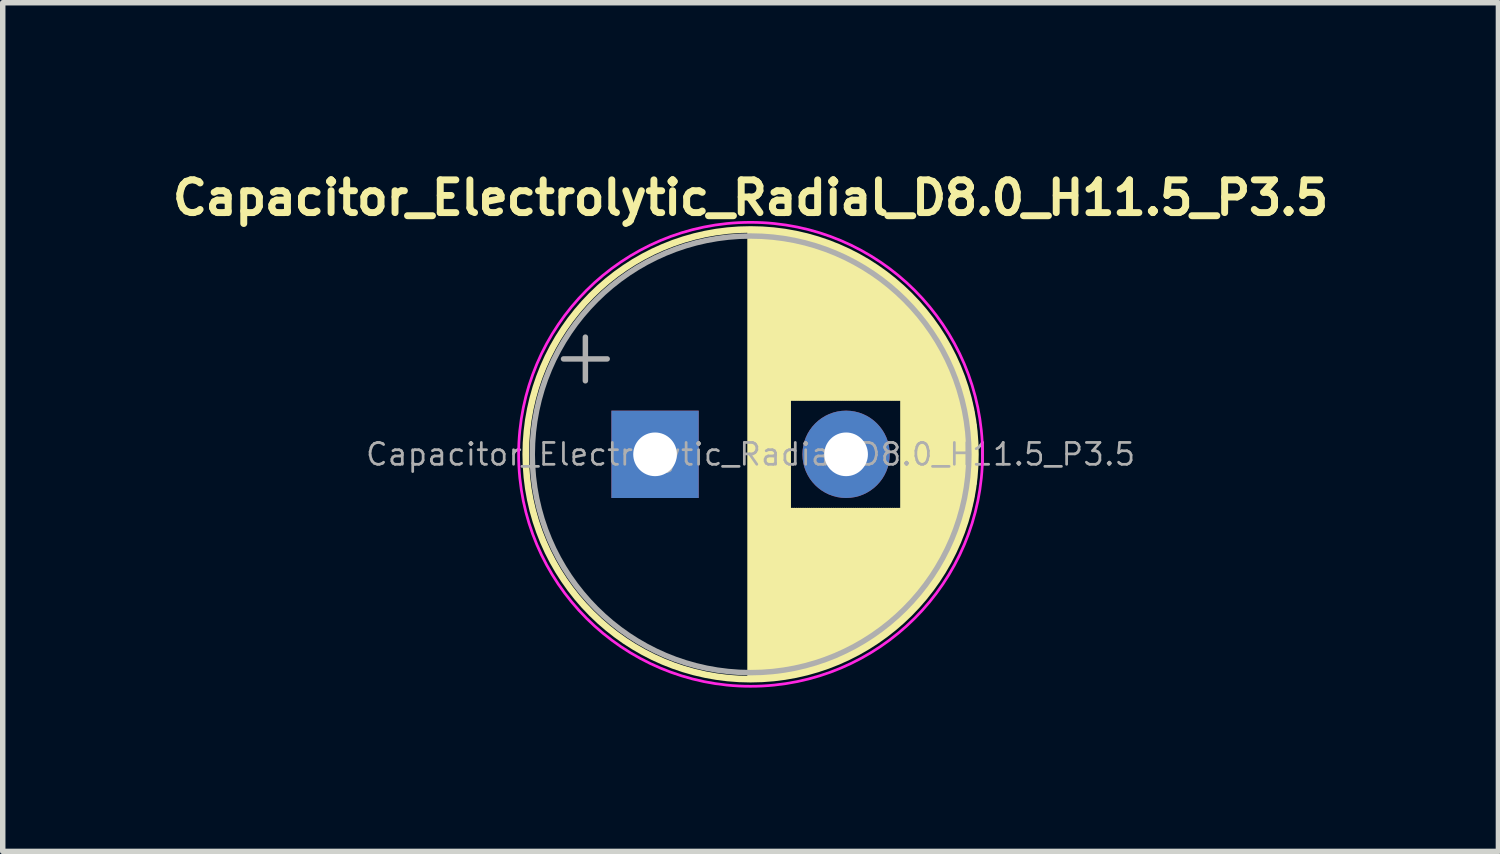
<source format=kicad_pcb>
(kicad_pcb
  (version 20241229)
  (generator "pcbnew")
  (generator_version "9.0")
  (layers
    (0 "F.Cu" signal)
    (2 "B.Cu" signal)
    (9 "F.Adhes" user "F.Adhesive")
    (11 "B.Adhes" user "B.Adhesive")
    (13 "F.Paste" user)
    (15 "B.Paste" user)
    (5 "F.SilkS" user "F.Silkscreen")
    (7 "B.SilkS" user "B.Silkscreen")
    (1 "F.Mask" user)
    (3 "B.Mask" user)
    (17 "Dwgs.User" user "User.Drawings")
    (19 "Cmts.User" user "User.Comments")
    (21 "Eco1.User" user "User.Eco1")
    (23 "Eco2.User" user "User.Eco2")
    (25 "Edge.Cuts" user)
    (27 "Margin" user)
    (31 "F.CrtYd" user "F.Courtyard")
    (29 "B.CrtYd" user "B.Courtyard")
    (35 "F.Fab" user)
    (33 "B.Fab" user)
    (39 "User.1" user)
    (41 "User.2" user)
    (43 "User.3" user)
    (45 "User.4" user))
  (footprint "Capacitor_Electrolytic_Radial_D8.0_H11.5_P3.5"
    (layer "F.Cu")
    (at 10.702 5.274)
    (property "Reference" "Capacitor_Electrolytic_Radial_D8.0_H11.5_P3.5" (at 0 -4.7 0) (layer "F.SilkS") (effects (font (size 0.6 0.6) (thickness 0.127))))
    (attr through_hole)
    (fp_line (start 0 -4.08) (end 0 4.08) (stroke (width 0.12) (type solid)) (layer "F.SilkS"))
    (fp_line (start 0.04 -4.08) (end 0.04 4.08) (stroke (width 0.12) (type solid)) (layer "F.SilkS"))
    (fp_line (start 0.08 -4.08) (end 0.08 4.08) (stroke (width 0.12) (type solid)) (layer "F.SilkS"))
    (fp_line (start 0.12 -4.079) (end 0.12 4.079) (stroke (width 0.12) (type solid)) (layer "F.SilkS"))
    (fp_line (start 0.16 -4.077) (end 0.16 4.077) (stroke (width 0.12) (type solid)) (layer "F.SilkS"))
    (fp_line (start 0.2 -4.076) (end 0.2 4.076) (stroke (width 0.12) (type solid)) (layer "F.SilkS"))
    (fp_line (start 0.24 -4.074) (end 0.24 4.074) (stroke (width 0.12) (type solid)) (layer "F.SilkS"))
    (fp_line (start 0.28 -4.071) (end 0.28 4.071) (stroke (width 0.12) (type solid)) (layer "F.SilkS"))
    (fp_line (start 0.32 -4.068) (end 0.32 4.068) (stroke (width 0.12) (type solid)) (layer "F.SilkS"))
    (fp_line (start 0.36 -4.065) (end 0.36 4.065) (stroke (width 0.12) (type solid)) (layer "F.SilkS"))
    (fp_line (start 0.4 -4.061) (end 0.4 4.061) (stroke (width 0.12) (type solid)) (layer "F.SilkS"))
    (fp_line (start 0.44 -4.057) (end 0.44 4.057) (stroke (width 0.12) (type solid)) (layer "F.SilkS"))
    (fp_line (start 0.48 -4.052) (end 0.48 4.052) (stroke (width 0.12) (type solid)) (layer "F.SilkS"))
    (fp_line (start 0.52 -4.048) (end 0.52 4.048) (stroke (width 0.12) (type solid)) (layer "F.SilkS"))
    (fp_line (start 0.56 -4.042) (end 0.56 4.042) (stroke (width 0.12) (type solid)) (layer "F.SilkS"))
    (fp_line (start 0.6 -4.037) (end 0.6 4.037) (stroke (width 0.12) (type solid)) (layer "F.SilkS"))
    (fp_line (start 0.64 -4.03) (end 0.64 4.03) (stroke (width 0.12) (type solid)) (layer "F.SilkS"))
    (fp_line (start 0.68 -4.024) (end 0.68 4.024) (stroke (width 0.12) (type solid)) (layer "F.SilkS"))
    (fp_line (start 0.721 -4.017) (end 0.721 -1.04) (stroke (width 0.12) (type solid)) (layer "F.SilkS"))
    (fp_line (start 0.721 1.04) (end 0.721 4.017) (stroke (width 0.12) (type solid)) (layer "F.SilkS"))
    (fp_line (start 0.761 -4.01) (end 0.761 -1.04) (stroke (width 0.12) (type solid)) (layer "F.SilkS"))
    (fp_line (start 0.761 1.04) (end 0.761 4.01) (stroke (width 0.12) (type solid)) (layer "F.SilkS"))
    (fp_line (start 0.801 -4.002) (end 0.801 -1.04) (stroke (width 0.12) (type solid)) (layer "F.SilkS"))
    (fp_line (start 0.801 1.04) (end 0.801 4.002) (stroke (width 0.12) (type solid)) (layer "F.SilkS"))
    (fp_line (start 0.841 -3.994) (end 0.841 -1.04) (stroke (width 0.12) (type solid)) (layer "F.SilkS"))
    (fp_line (start 0.841 1.04) (end 0.841 3.994) (stroke (width 0.12) (type solid)) (layer "F.SilkS"))
    (fp_line (start 0.881 -3.985) (end 0.881 -1.04) (stroke (width 0.12) (type solid)) (layer "F.SilkS"))
    (fp_line (start 0.881 1.04) (end 0.881 3.985) (stroke (width 0.12) (type solid)) (layer "F.SilkS"))
    (fp_line (start 0.921 -3.976) (end 0.921 -1.04) (stroke (width 0.12) (type solid)) (layer "F.SilkS"))
    (fp_line (start 0.921 1.04) (end 0.921 3.976) (stroke (width 0.12) (type solid)) (layer "F.SilkS"))
    (fp_line (start 0.961 -3.967) (end 0.961 -1.04) (stroke (width 0.12) (type solid)) (layer "F.SilkS"))
    (fp_line (start 0.961 1.04) (end 0.961 3.967) (stroke (width 0.12) (type solid)) (layer "F.SilkS"))
    (fp_line (start 1.001 -3.957) (end 1.001 -1.04) (stroke (width 0.12) (type solid)) (layer "F.SilkS"))
    (fp_line (start 1.001 1.04) (end 1.001 3.957) (stroke (width 0.12) (type solid)) (layer "F.SilkS"))
    (fp_line (start 1.041 -3.947) (end 1.041 -1.04) (stroke (width 0.12) (type solid)) (layer "F.SilkS"))
    (fp_line (start 1.041 1.04) (end 1.041 3.947) (stroke (width 0.12) (type solid)) (layer "F.SilkS"))
    (fp_line (start 1.081 -3.936) (end 1.081 -1.04) (stroke (width 0.12) (type solid)) (layer "F.SilkS"))
    (fp_line (start 1.081 1.04) (end 1.081 3.936) (stroke (width 0.12) (type solid)) (layer "F.SilkS"))
    (fp_line (start 1.121 -3.925) (end 1.121 -1.04) (stroke (width 0.12) (type solid)) (layer "F.SilkS"))
    (fp_line (start 1.121 1.04) (end 1.121 3.925) (stroke (width 0.12) (type solid)) (layer "F.SilkS"))
    (fp_line (start 1.161 -3.914) (end 1.161 -1.04) (stroke (width 0.12) (type solid)) (layer "F.SilkS"))
    (fp_line (start 1.161 1.04) (end 1.161 3.914) (stroke (width 0.12) (type solid)) (layer "F.SilkS"))
    (fp_line (start 1.201 -3.902) (end 1.201 -1.04) (stroke (width 0.12) (type solid)) (layer "F.SilkS"))
    (fp_line (start 1.201 1.04) (end 1.201 3.902) (stroke (width 0.12) (type solid)) (layer "F.SilkS"))
    (fp_line (start 1.241 -3.889) (end 1.241 -1.04) (stroke (width 0.12) (type solid)) (layer "F.SilkS"))
    (fp_line (start 1.241 1.04) (end 1.241 3.889) (stroke (width 0.12) (type solid)) (layer "F.SilkS"))
    (fp_line (start 1.281 -3.877) (end 1.281 -1.04) (stroke (width 0.12) (type solid)) (layer "F.SilkS"))
    (fp_line (start 1.281 1.04) (end 1.281 3.877) (stroke (width 0.12) (type solid)) (layer "F.SilkS"))
    (fp_line (start 1.321 -3.863) (end 1.321 -1.04) (stroke (width 0.12) (type solid)) (layer "F.SilkS"))
    (fp_line (start 1.321 1.04) (end 1.321 3.863) (stroke (width 0.12) (type solid)) (layer "F.SilkS"))
    (fp_line (start 1.361 -3.85) (end 1.361 -1.04) (stroke (width 0.12) (type solid)) (layer "F.SilkS"))
    (fp_line (start 1.361 1.04) (end 1.361 3.85) (stroke (width 0.12) (type solid)) (layer "F.SilkS"))
    (fp_line (start 1.401 -3.835) (end 1.401 -1.04) (stroke (width 0.12) (type solid)) (layer "F.SilkS"))
    (fp_line (start 1.401 1.04) (end 1.401 3.835) (stroke (width 0.12) (type solid)) (layer "F.SilkS"))
    (fp_line (start 1.441 -3.821) (end 1.441 -1.04) (stroke (width 0.12) (type solid)) (layer "F.SilkS"))
    (fp_line (start 1.441 1.04) (end 1.441 3.821) (stroke (width 0.12) (type solid)) (layer "F.SilkS"))
    (fp_line (start 1.481 -3.805) (end 1.481 -1.04) (stroke (width 0.12) (type solid)) (layer "F.SilkS"))
    (fp_line (start 1.481 1.04) (end 1.481 3.805) (stroke (width 0.12) (type solid)) (layer "F.SilkS"))
    (fp_line (start 1.521 -3.79) (end 1.521 -1.04) (stroke (width 0.12) (type solid)) (layer "F.SilkS"))
    (fp_line (start 1.521 1.04) (end 1.521 3.79) (stroke (width 0.12) (type solid)) (layer "F.SilkS"))
    (fp_line (start 1.561 -3.774) (end 1.561 -1.04) (stroke (width 0.12) (type solid)) (layer "F.SilkS"))
    (fp_line (start 1.561 1.04) (end 1.561 3.774) (stroke (width 0.12) (type solid)) (layer "F.SilkS"))
    (fp_line (start 1.601 -3.757) (end 1.601 -1.04) (stroke (width 0.12) (type solid)) (layer "F.SilkS"))
    (fp_line (start 1.601 1.04) (end 1.601 3.757) (stroke (width 0.12) (type solid)) (layer "F.SilkS"))
    (fp_line (start 1.641 -3.74) (end 1.641 -1.04) (stroke (width 0.12) (type solid)) (layer "F.SilkS"))
    (fp_line (start 1.641 1.04) (end 1.641 3.74) (stroke (width 0.12) (type solid)) (layer "F.SilkS"))
    (fp_line (start 1.681 -3.722) (end 1.681 -1.04) (stroke (width 0.12) (type solid)) (layer "F.SilkS"))
    (fp_line (start 1.681 1.04) (end 1.681 3.722) (stroke (width 0.12) (type solid)) (layer "F.SilkS"))
    (fp_line (start 1.721 -3.704) (end 1.721 -1.04) (stroke (width 0.12) (type solid)) (layer "F.SilkS"))
    (fp_line (start 1.721 1.04) (end 1.721 3.704) (stroke (width 0.12) (type solid)) (layer "F.SilkS"))
    (fp_line (start 1.761 -3.686) (end 1.761 -1.04) (stroke (width 0.12) (type solid)) (layer "F.SilkS"))
    (fp_line (start 1.761 1.04) (end 1.761 3.686) (stroke (width 0.12) (type solid)) (layer "F.SilkS"))
    (fp_line (start 1.801 -3.666) (end 1.801 -1.04) (stroke (width 0.12) (type solid)) (layer "F.SilkS"))
    (fp_line (start 1.801 1.04) (end 1.801 3.666) (stroke (width 0.12) (type solid)) (layer "F.SilkS"))
    (fp_line (start 1.841 -3.647) (end 1.841 -1.04) (stroke (width 0.12) (type solid)) (layer "F.SilkS"))
    (fp_line (start 1.841 1.04) (end 1.841 3.647) (stroke (width 0.12) (type solid)) (layer "F.SilkS"))
    (fp_line (start 1.881 -3.627) (end 1.881 -1.04) (stroke (width 0.12) (type solid)) (layer "F.SilkS"))
    (fp_line (start 1.881 1.04) (end 1.881 3.627) (stroke (width 0.12) (type solid)) (layer "F.SilkS"))
    (fp_line (start 1.921 -3.606) (end 1.921 -1.04) (stroke (width 0.12) (type solid)) (layer "F.SilkS"))
    (fp_line (start 1.921 1.04) (end 1.921 3.606) (stroke (width 0.12) (type solid)) (layer "F.SilkS"))
    (fp_line (start 1.961 -3.584) (end 1.961 -1.04) (stroke (width 0.12) (type solid)) (layer "F.SilkS"))
    (fp_line (start 1.961 1.04) (end 1.961 3.584) (stroke (width 0.12) (type solid)) (layer "F.SilkS"))
    (fp_line (start 2.001 -3.562) (end 2.001 -1.04) (stroke (width 0.12) (type solid)) (layer "F.SilkS"))
    (fp_line (start 2.001 1.04) (end 2.001 3.562) (stroke (width 0.12) (type solid)) (layer "F.SilkS"))
    (fp_line (start 2.041 -3.54) (end 2.041 -1.04) (stroke (width 0.12) (type solid)) (layer "F.SilkS"))
    (fp_line (start 2.041 1.04) (end 2.041 3.54) (stroke (width 0.12) (type solid)) (layer "F.SilkS"))
    (fp_line (start 2.081 -3.517) (end 2.081 -1.04) (stroke (width 0.12) (type solid)) (layer "F.SilkS"))
    (fp_line (start 2.081 1.04) (end 2.081 3.517) (stroke (width 0.12) (type solid)) (layer "F.SilkS"))
    (fp_line (start 2.121 -3.493) (end 2.121 -1.04) (stroke (width 0.12) (type solid)) (layer "F.SilkS"))
    (fp_line (start 2.121 1.04) (end 2.121 3.493) (stroke (width 0.12) (type solid)) (layer "F.SilkS"))
    (fp_line (start 2.161 -3.469) (end 2.161 -1.04) (stroke (width 0.12) (type solid)) (layer "F.SilkS"))
    (fp_line (start 2.161 1.04) (end 2.161 3.469) (stroke (width 0.12) (type solid)) (layer "F.SilkS"))
    (fp_line (start 2.201 -3.444) (end 2.201 -1.04) (stroke (width 0.12) (type solid)) (layer "F.SilkS"))
    (fp_line (start 2.201 1.04) (end 2.201 3.444) (stroke (width 0.12) (type solid)) (layer "F.SilkS"))
    (fp_line (start 2.241 -3.418) (end 2.241 -1.04) (stroke (width 0.12) (type solid)) (layer "F.SilkS"))
    (fp_line (start 2.241 1.04) (end 2.241 3.418) (stroke (width 0.12) (type solid)) (layer "F.SilkS"))
    (fp_line (start 2.281 -3.392) (end 2.281 -1.04) (stroke (width 0.12) (type solid)) (layer "F.SilkS"))
    (fp_line (start 2.281 1.04) (end 2.281 3.392) (stroke (width 0.12) (type solid)) (layer "F.SilkS"))
    (fp_line (start 2.321 -3.365) (end 2.321 -1.04) (stroke (width 0.12) (type solid)) (layer "F.SilkS"))
    (fp_line (start 2.321 1.04) (end 2.321 3.365) (stroke (width 0.12) (type solid)) (layer "F.SilkS"))
    (fp_line (start 2.361 -3.338) (end 2.361 -1.04) (stroke (width 0.12) (type solid)) (layer "F.SilkS"))
    (fp_line (start 2.361 1.04) (end 2.361 3.338) (stroke (width 0.12) (type solid)) (layer "F.SilkS"))
    (fp_line (start 2.401 -3.309) (end 2.401 -1.04) (stroke (width 0.12) (type solid)) (layer "F.SilkS"))
    (fp_line (start 2.401 1.04) (end 2.401 3.309) (stroke (width 0.12) (type solid)) (layer "F.SilkS"))
    (fp_line (start 2.441 -3.28) (end 2.441 -1.04) (stroke (width 0.12) (type solid)) (layer "F.SilkS"))
    (fp_line (start 2.441 1.04) (end 2.441 3.28) (stroke (width 0.12) (type solid)) (layer "F.SilkS"))
    (fp_line (start 2.481 -3.25) (end 2.481 -1.04) (stroke (width 0.12) (type solid)) (layer "F.SilkS"))
    (fp_line (start 2.481 1.04) (end 2.481 3.25) (stroke (width 0.12) (type solid)) (layer "F.SilkS"))
    (fp_line (start 2.521 -3.22) (end 2.521 -1.04) (stroke (width 0.12) (type solid)) (layer "F.SilkS"))
    (fp_line (start 2.521 1.04) (end 2.521 3.22) (stroke (width 0.12) (type solid)) (layer "F.SilkS"))
    (fp_line (start 2.561 -3.189) (end 2.561 -1.04) (stroke (width 0.12) (type solid)) (layer "F.SilkS"))
    (fp_line (start 2.561 1.04) (end 2.561 3.189) (stroke (width 0.12) (type solid)) (layer "F.SilkS"))
    (fp_line (start 2.601 -3.156) (end 2.601 -1.04) (stroke (width 0.12) (type solid)) (layer "F.SilkS"))
    (fp_line (start 2.601 1.04) (end 2.601 3.156) (stroke (width 0.12) (type solid)) (layer "F.SilkS"))
    (fp_line (start 2.641 -3.124) (end 2.641 -1.04) (stroke (width 0.12) (type solid)) (layer "F.SilkS"))
    (fp_line (start 2.641 1.04) (end 2.641 3.124) (stroke (width 0.12) (type solid)) (layer "F.SilkS"))
    (fp_line (start 2.681 -3.09) (end 2.681 -1.04) (stroke (width 0.12) (type solid)) (layer "F.SilkS"))
    (fp_line (start 2.681 1.04) (end 2.681 3.09) (stroke (width 0.12) (type solid)) (layer "F.SilkS"))
    (fp_line (start 2.721 -3.055) (end 2.721 -1.04) (stroke (width 0.12) (type solid)) (layer "F.SilkS"))
    (fp_line (start 2.721 1.04) (end 2.721 3.055) (stroke (width 0.12) (type solid)) (layer "F.SilkS"))
    (fp_line (start 2.761 -3.019) (end 2.761 -1.04) (stroke (width 0.12) (type solid)) (layer "F.SilkS"))
    (fp_line (start 2.761 1.04) (end 2.761 3.019) (stroke (width 0.12) (type solid)) (layer "F.SilkS"))
    (fp_line (start 2.801 -2.983) (end 2.801 2.983) (stroke (width 0.12) (type solid)) (layer "F.SilkS"))
    (fp_line (start 2.841 -2.945) (end 2.841 2.945) (stroke (width 0.12) (type solid)) (layer "F.SilkS"))
    (fp_line (start 2.881 -2.907) (end 2.881 2.907) (stroke (width 0.12) (type solid)) (layer "F.SilkS"))
    (fp_line (start 2.921 -2.867) (end 2.921 2.867) (stroke (width 0.12) (type solid)) (layer "F.SilkS"))
    (fp_line (start 2.961 -2.826) (end 2.961 2.826) (stroke (width 0.12) (type solid)) (layer "F.SilkS"))
    (fp_line (start 3.001 -2.784) (end 3.001 2.784) (stroke (width 0.12) (type solid)) (layer "F.SilkS"))
    (fp_line (start 3.041 -2.741) (end 3.041 2.741) (stroke (width 0.12) (type solid)) (layer "F.SilkS"))
    (fp_line (start 3.081 -2.697) (end 3.081 2.697) (stroke (width 0.12) (type solid)) (layer "F.SilkS"))
    (fp_line (start 3.121 -2.651) (end 3.121 2.651) (stroke (width 0.12) (type solid)) (layer "F.SilkS"))
    (fp_line (start 3.161 -2.604) (end 3.161 2.604) (stroke (width 0.12) (type solid)) (layer "F.SilkS"))
    (fp_line (start 3.201 -2.556) (end 3.201 2.556) (stroke (width 0.12) (type solid)) (layer "F.SilkS"))
    (fp_line (start 3.241 -2.505) (end 3.241 2.505) (stroke (width 0.12) (type solid)) (layer "F.SilkS"))
    (fp_line (start 3.281 -2.454) (end 3.281 2.454) (stroke (width 0.12) (type solid)) (layer "F.SilkS"))
    (fp_line (start 3.321 -2.4) (end 3.321 2.4) (stroke (width 0.12) (type solid)) (layer "F.SilkS"))
    (fp_line (start 3.361 -2.345) (end 3.361 2.345) (stroke (width 0.12) (type solid)) (layer "F.SilkS"))
    (fp_line (start 3.401 -2.287) (end 3.401 2.287) (stroke (width 0.12) (type solid)) (layer "F.SilkS"))
    (fp_line (start 3.441 -2.228) (end 3.441 2.228) (stroke (width 0.12) (type solid)) (layer "F.SilkS"))
    (fp_line (start 3.481 -2.166) (end 3.481 2.166) (stroke (width 0.12) (type solid)) (layer "F.SilkS"))
    (fp_line (start 3.521 -2.102) (end 3.521 2.102) (stroke (width 0.12) (type solid)) (layer "F.SilkS"))
    (fp_line (start 3.561 -2.034) (end 3.561 2.034) (stroke (width 0.12) (type solid)) (layer "F.SilkS"))
    (fp_line (start 3.601 -1.964) (end 3.601 1.964) (stroke (width 0.12) (type solid)) (layer "F.SilkS"))
    (fp_line (start 3.641 -1.89) (end 3.641 1.89) (stroke (width 0.12) (type solid)) (layer "F.SilkS"))
    (fp_line (start 3.681 -1.813) (end 3.681 1.813) (stroke (width 0.12) (type solid)) (layer "F.SilkS"))
    (fp_line (start 3.721 -1.731) (end 3.721 1.731) (stroke (width 0.12) (type solid)) (layer "F.SilkS"))
    (fp_line (start 3.761 -1.645) (end 3.761 1.645) (stroke (width 0.12) (type solid)) (layer "F.SilkS"))
    (fp_line (start 3.801 -1.552) (end 3.801 1.552) (stroke (width 0.12) (type solid)) (layer "F.SilkS"))
    (fp_line (start 3.841 -1.453) (end 3.841 1.453) (stroke (width 0.12) (type solid)) (layer "F.SilkS"))
    (fp_line (start 3.881 -1.346) (end 3.881 1.346) (stroke (width 0.12) (type solid)) (layer "F.SilkS"))
    (fp_line (start 3.921 -1.229) (end 3.921 1.229) (stroke (width 0.12) (type solid)) (layer "F.SilkS"))
    (fp_line (start 3.961 -1.098) (end 3.961 1.098) (stroke (width 0.12) (type solid)) (layer "F.SilkS"))
    (fp_line (start 4.001 -0.948) (end 4.001 0.948) (stroke (width 0.12) (type solid)) (layer "F.SilkS"))
    (fp_line (start 4.041 -0.768) (end 4.041 0.768) (stroke (width 0.12) (type solid)) (layer "F.SilkS"))
    (fp_line (start 4.081 -0.533) (end 4.081 0.533) (stroke (width 0.12) (type solid)) (layer "F.SilkS"))
    (fp_circle (center 0 0) (end 4.12 0) (stroke (width 0.12) (type solid)) (fill no) (layer "F.SilkS"))
    (fp_circle (center 0 0) (end 4.25 0) (stroke (width 0.05) (type solid)) (fill no) (layer "F.CrtYd"))
    (fp_line (start -3.427 -1.748) (end -2.627 -1.748) (stroke (width 0.1) (type solid)) (layer "F.Fab"))
    (fp_line (start -3.027 -2.147) (end -3.027 -1.347) (stroke (width 0.1) (type solid)) (layer "F.Fab"))
    (fp_circle (center 0 0) (end 4 0) (stroke (width 0.1) (type solid)) (fill no) (layer "F.Fab"))
    (fp_text user "${REFERENCE}" (at 0 0 0) (layer "F.Fab") (effects (font (size 0.4 0.4) (thickness 0.05))))
    (pad "1" thru_hole rect (at -1.75 0) (size 1.6 1.6) (drill 0.8) (layers "*.Cu" "*.Mask"))
    (pad "2" thru_hole circle (at 1.75 0) (size 1.6 1.6) (drill 0.8) (layers "*.Cu" "*.Mask")))
  (gr_rect
    (start -3 -3)
    (end 24.404 12.549)
    (stroke (width 0.1) (type default))
    (fill no)
    (layer "Edge.Cuts")))
</source>
